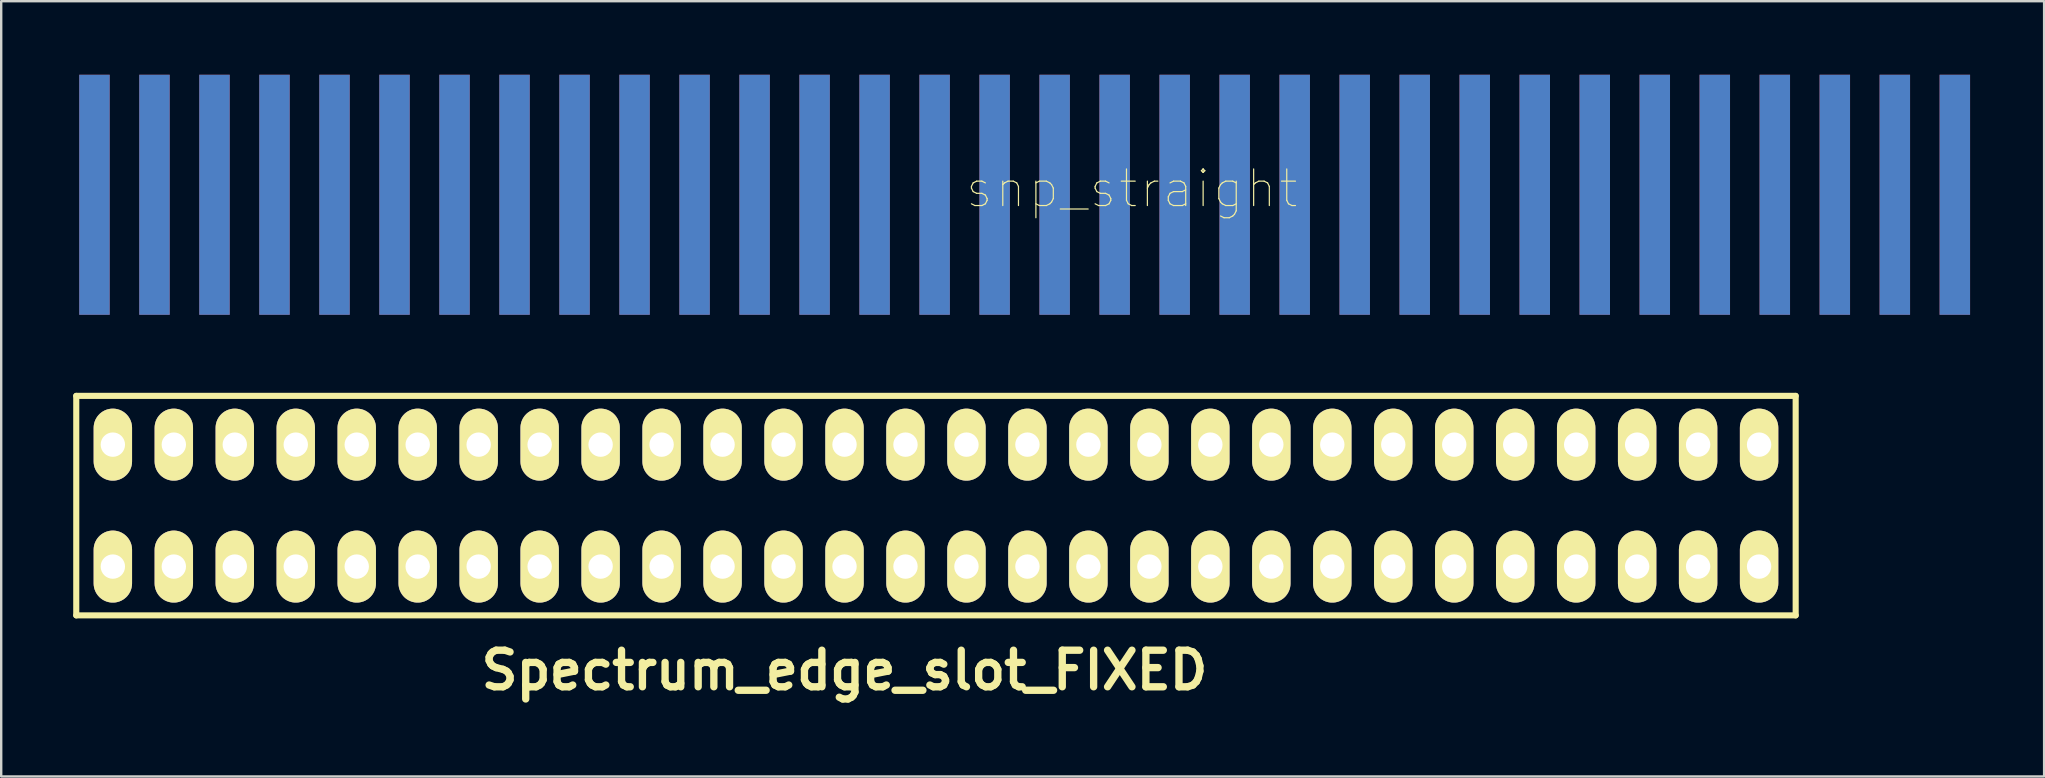
<source format=kicad_pcb>
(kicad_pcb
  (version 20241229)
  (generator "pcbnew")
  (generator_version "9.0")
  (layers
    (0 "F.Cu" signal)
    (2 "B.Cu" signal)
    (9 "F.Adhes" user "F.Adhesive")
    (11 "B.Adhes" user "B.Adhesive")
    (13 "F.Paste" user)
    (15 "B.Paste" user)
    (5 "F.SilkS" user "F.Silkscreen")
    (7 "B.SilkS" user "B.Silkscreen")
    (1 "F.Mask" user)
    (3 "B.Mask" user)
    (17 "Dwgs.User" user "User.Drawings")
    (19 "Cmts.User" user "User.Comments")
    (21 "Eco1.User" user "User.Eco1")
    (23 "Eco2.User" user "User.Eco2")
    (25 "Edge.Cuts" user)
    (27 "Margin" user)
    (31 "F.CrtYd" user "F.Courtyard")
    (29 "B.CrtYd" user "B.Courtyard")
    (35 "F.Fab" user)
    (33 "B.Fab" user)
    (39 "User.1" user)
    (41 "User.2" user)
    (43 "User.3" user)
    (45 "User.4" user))
  (footprint "snp_straight"
    (layer "F.Cu")
    (at 0.25 10.064)
    (property "Reference" "snp_straight" (at 43.845 -5.254 0) (layer "F.SilkS") (effects (font (size 1.524 1.524) (thickness 0.05))))
    (attr smd)
    (fp_rect (start -0.005 -10.004) (end 1.295 -0.004) (stroke (width 0.12) (type solid)) (fill yes) (layer "F.Mask"))
    (fp_rect (start 2.495 -10.004) (end 3.795 -0.004) (stroke (width 0.12) (type solid)) (fill yes) (layer "F.Mask"))
    (fp_rect (start 4.995 -10.004) (end 6.295 -0.004) (stroke (width 0.12) (type solid)) (fill yes) (layer "F.Mask"))
    (fp_rect (start 7.495 -10.004) (end 8.795 -0.004) (stroke (width 0.12) (type solid)) (fill yes) (layer "F.Mask"))
    (fp_rect (start 9.995 -10.004) (end 11.295 -0.004) (stroke (width 0.12) (type solid)) (fill yes) (layer "F.Mask"))
    (fp_rect (start 12.495 -10.004) (end 13.795 -0.004) (stroke (width 0.12) (type solid)) (fill yes) (layer "F.Mask"))
    (fp_rect (start 14.995 -10.004) (end 16.295 -0.004) (stroke (width 0.12) (type solid)) (fill yes) (layer "F.Mask"))
    (fp_rect (start 17.495 -10.004) (end 18.795 -0.004) (stroke (width 0.12) (type solid)) (fill yes) (layer "F.Mask"))
    (fp_rect (start 19.995 -10.004) (end 21.295 -0.004) (stroke (width 0.12) (type solid)) (fill yes) (layer "F.Mask"))
    (fp_rect (start 22.495 -10.004) (end 23.795 -0.004) (stroke (width 0.12) (type solid)) (fill yes) (layer "F.Mask"))
    (fp_rect (start 24.995 -10.004) (end 26.295 -0.004) (stroke (width 0.12) (type solid)) (fill yes) (layer "F.Mask"))
    (fp_rect (start 27.495 -10.004) (end 28.795 -0.004) (stroke (width 0.12) (type solid)) (fill yes) (layer "F.Mask"))
    (fp_rect (start 29.995 -10.004) (end 31.295 -0.004) (stroke (width 0.12) (type solid)) (fill yes) (layer "F.Mask"))
    (fp_rect (start 32.495 -10.004) (end 33.795 -0.004) (stroke (width 0.12) (type solid)) (fill yes) (layer "F.Mask"))
    (fp_rect (start 34.995 -10.004) (end 36.295 -0.004) (stroke (width 0.12) (type solid)) (fill yes) (layer "F.Mask"))
    (fp_rect (start 37.495 -10.004) (end 38.795 -0.004) (stroke (width 0.12) (type solid)) (fill yes) (layer "F.Mask"))
    (fp_rect (start 39.995 -10.004) (end 41.295 -0.004) (stroke (width 0.12) (type solid)) (fill yes) (layer "F.Mask"))
    (fp_rect (start 42.495 -10.004) (end 43.795 -0.004) (stroke (width 0.12) (type solid)) (fill yes) (layer "F.Mask"))
    (fp_rect (start 44.995 -10.004) (end 46.295 -0.004) (stroke (width 0.12) (type solid)) (fill yes) (layer "F.Mask"))
    (fp_rect (start 47.495 -10.004) (end 48.795 -0.004) (stroke (width 0.12) (type solid)) (fill yes) (layer "F.Mask"))
    (fp_rect (start 49.995 -10.004) (end 51.295 -0.004) (stroke (width 0.12) (type solid)) (fill yes) (layer "F.Mask"))
    (fp_rect (start 52.495 -10.004) (end 53.795 -0.004) (stroke (width 0.12) (type solid)) (fill yes) (layer "F.Mask"))
    (fp_rect (start 54.995 -10.004) (end 56.295 -0.004) (stroke (width 0.12) (type solid)) (fill yes) (layer "F.Mask"))
    (fp_rect (start 57.495 -10.004) (end 58.795 -0.004) (stroke (width 0.12) (type solid)) (fill yes) (layer "F.Mask"))
    (fp_rect (start 59.995 -10.004) (end 61.295 -0.004) (stroke (width 0.12) (type solid)) (fill yes) (layer "F.Mask"))
    (fp_rect (start 62.495 -10.004) (end 63.795 -0.004) (stroke (width 0.12) (type solid)) (fill yes) (layer "F.Mask"))
    (fp_rect (start 64.995 -10.004) (end 66.295 -0.004) (stroke (width 0.12) (type solid)) (fill yes) (layer "F.Mask"))
    (fp_rect (start 67.495 -10.004) (end 68.795 -0.004) (stroke (width 0.12) (type solid)) (fill yes) (layer "F.Mask"))
    (fp_rect (start 69.995 -10.004) (end 71.295 -0.004) (stroke (width 0.12) (type solid)) (fill yes) (layer "F.Mask"))
    (fp_rect (start 72.495 -10.004) (end 73.795 -0.004) (stroke (width 0.12) (type solid)) (fill yes) (layer "F.Mask"))
    (fp_rect (start 74.995 -10.004) (end 76.295 -0.004) (stroke (width 0.12) (type solid)) (fill yes) (layer "F.Mask"))
    (fp_rect (start 77.495 -10.004) (end 78.795 -0.004) (stroke (width 0.12) (type solid)) (fill yes) (layer "F.Mask"))
    (fp_rect (start -0.005 -10.004) (end 1.295 -0.004) (stroke (width 0.12) (type solid)) (fill yes) (layer "B.Mask"))
    (fp_rect (start 2.495 -10.004) (end 3.795 -0.004) (stroke (width 0.12) (type solid)) (fill yes) (layer "B.Mask"))
    (fp_rect (start 4.995 -10.004) (end 6.295 -0.004) (stroke (width 0.12) (type solid)) (fill yes) (layer "B.Mask"))
    (fp_rect (start 7.495 -10.004) (end 8.795 -0.004) (stroke (width 0.12) (type solid)) (fill yes) (layer "B.Mask"))
    (fp_rect (start 9.995 -10.004) (end 11.295 -0.004) (stroke (width 0.12) (type solid)) (fill yes) (layer "B.Mask"))
    (fp_rect (start 12.495 -10.004) (end 13.795 -0.004) (stroke (width 0.12) (type solid)) (fill yes) (layer "B.Mask"))
    (fp_rect (start 14.995 -10.004) (end 16.295 -0.004) (stroke (width 0.12) (type solid)) (fill yes) (layer "B.Mask"))
    (fp_rect (start 17.495 -10.004) (end 18.795 -0.004) (stroke (width 0.12) (type solid)) (fill yes) (layer "B.Mask"))
    (fp_rect (start 19.995 -10.004) (end 21.295 -0.004) (stroke (width 0.12) (type solid)) (fill yes) (layer "B.Mask"))
    (fp_rect (start 22.495 -10.004) (end 23.795 -0.004) (stroke (width 0.12) (type solid)) (fill yes) (layer "B.Mask"))
    (fp_rect (start 24.995 -10.004) (end 26.295 -0.004) (stroke (width 0.12) (type solid)) (fill yes) (layer "B.Mask"))
    (fp_rect (start 27.495 -10.004) (end 28.795 -0.004) (stroke (width 0.12) (type solid)) (fill yes) (layer "B.Mask"))
    (fp_rect (start 29.995 -10.004) (end 31.295 -0.004) (stroke (width 0.12) (type solid)) (fill yes) (layer "B.Mask"))
    (fp_rect (start 32.495 -10.004) (end 33.795 -0.004) (stroke (width 0.12) (type solid)) (fill yes) (layer "B.Mask"))
    (fp_rect (start 34.995 -10.004) (end 36.295 -0.004) (stroke (width 0.12) (type solid)) (fill yes) (layer "B.Mask"))
    (fp_rect (start 37.495 -10.004) (end 38.795 -0.004) (stroke (width 0.12) (type solid)) (fill yes) (layer "B.Mask"))
    (fp_rect (start 39.995 -10.004) (end 41.295 -0.004) (stroke (width 0.12) (type solid)) (fill yes) (layer "B.Mask"))
    (fp_rect (start 42.495 -10.004) (end 43.795 -0.004) (stroke (width 0.12) (type solid)) (fill yes) (layer "B.Mask"))
    (fp_rect (start 44.995 -10.004) (end 46.295 -0.004) (stroke (width 0.12) (type solid)) (fill yes) (layer "B.Mask"))
    (fp_rect (start 47.495 -10.004) (end 48.795 -0.004) (stroke (width 0.12) (type solid)) (fill yes) (layer "B.Mask"))
    (fp_rect (start 49.995 -10.004) (end 51.295 -0.004) (stroke (width 0.12) (type solid)) (fill yes) (layer "B.Mask"))
    (fp_rect (start 52.495 -10.004) (end 53.795 -0.004) (stroke (width 0.12) (type solid)) (fill yes) (layer "B.Mask"))
    (fp_rect (start 54.995 -10.004) (end 56.295 -0.004) (stroke (width 0.12) (type solid)) (fill yes) (layer "B.Mask"))
    (fp_rect (start 57.495 -10.004) (end 58.795 -0.004) (stroke (width 0.12) (type solid)) (fill yes) (layer "B.Mask"))
    (fp_rect (start 59.995 -10.004) (end 61.295 -0.004) (stroke (width 0.12) (type solid)) (fill yes) (layer "B.Mask"))
    (fp_rect (start 62.495 -10.004) (end 63.795 -0.004) (stroke (width 0.12) (type solid)) (fill yes) (layer "B.Mask"))
    (fp_rect (start 64.995 -10.004) (end 66.295 -0.004) (stroke (width 0.12) (type solid)) (fill yes) (layer "B.Mask"))
    (fp_rect (start 67.495 -10.004) (end 68.795 -0.004) (stroke (width 0.12) (type solid)) (fill yes) (layer "B.Mask"))
    (fp_rect (start 69.995 -10.004) (end 71.295 -0.004) (stroke (width 0.12) (type solid)) (fill yes) (layer "B.Mask"))
    (fp_rect (start 72.495 -10.004) (end 73.795 -0.004) (stroke (width 0.12) (type solid)) (fill yes) (layer "B.Mask"))
    (fp_rect (start 74.995 -10.004) (end 76.295 -0.004) (stroke (width 0.12) (type solid)) (fill yes) (layer "B.Mask"))
    (fp_rect (start 77.495 -10.004) (end 78.795 -0.004) (stroke (width 0.12) (type solid)) (fill yes) (layer "B.Mask"))
    (pad "1" smd rect (at 78.135 -5 180) (size 1.27 10) (layers "F.Cu"))
    (pad "2" smd rect (at 75.635 -5 180) (size 1.27 10) (layers "F.Cu"))
    (pad "3" smd rect (at 73.135 -5 180) (size 1.27 10) (layers "F.Cu"))
    (pad "4" smd rect (at 70.635 -5 180) (size 1.27 10) (layers "F.Cu"))
    (pad "5" smd rect (at 68.135 -5 180) (size 1.27 10) (layers "F.Cu"))
    (pad "6" smd rect (at 65.635 -5 180) (size 1.27 10) (layers "F.Cu"))
    (pad "7" smd rect (at 63.135 -5 180) (size 1.27 10) (layers "F.Cu"))
    (pad "8" smd rect (at 60.635 -5 180) (size 1.27 10) (layers "F.Cu"))
    (pad "9" smd rect (at 58.135 -5 180) (size 1.27 10) (layers "F.Cu"))
    (pad "10" smd rect (at 55.635 -5 180) (size 1.27 10) (layers "F.Cu"))
    (pad "11" smd rect (at 53.135 -5 180) (size 1.27 10) (layers "F.Cu"))
    (pad "12" smd rect (at 50.635 -5 180) (size 1.27 10) (layers "F.Cu"))
    (pad "13" smd rect (at 48.135 -5 180) (size 1.27 10) (layers "F.Cu"))
    (pad "14" smd rect (at 45.635 -5 180) (size 1.27 10) (layers "F.Cu"))
    (pad "15" smd rect (at 43.135 -5 180) (size 1.27 10) (layers "F.Cu"))
    (pad "16" smd rect (at 40.635 -5 180) (size 1.27 10) (layers "F.Cu"))
    (pad "17" smd rect (at 38.135 -5 180) (size 1.27 10) (layers "F.Cu"))
    (pad "18" smd rect (at 35.635 -5 180) (size 1.27 10) (layers "F.Cu"))
    (pad "19" smd rect (at 33.135 -5 180) (size 1.27 10) (layers "F.Cu"))
    (pad "20" smd rect (at 30.635 -5 180) (size 1.27 10) (layers "F.Cu"))
    (pad "21" smd rect (at 28.135 -5 180) (size 1.27 10) (layers "F.Cu"))
    (pad "22" smd rect (at 25.635 -5 180) (size 1.27 10) (layers "F.Cu"))
    (pad "23" smd rect (at 23.135 -5 180) (size 1.27 10) (layers "F.Cu"))
    (pad "24" smd rect (at 20.635 -5 180) (size 1.27 10) (layers "F.Cu"))
    (pad "25" smd rect (at 18.135 -5 180) (size 1.27 10) (layers "F.Cu"))
    (pad "26" smd rect (at 15.635 -5 180) (size 1.27 10) (layers "F.Cu"))
    (pad "27" smd rect (at 13.135 -5 180) (size 1.27 10) (layers "F.Cu"))
    (pad "28" smd rect (at 10.635 -5 180) (size 1.27 10) (layers "F.Cu"))
    (pad "29" smd rect (at 8.135 -5 180) (size 1.27 10) (layers "F.Cu"))
    (pad "30" smd rect (at 5.635 -5 180) (size 1.27 10) (layers "F.Cu"))
    (pad "31" smd rect (at 3.135 -5 180) (size 1.27 10) (layers "F.Cu"))
    (pad "32" smd rect (at 0.635 -5 180) (size 1.27 10) (layers "F.Cu"))
    (pad "33" smd rect (at 78.135 -5 180) (size 1.27 10) (layers "B.Cu"))
    (pad "34" smd rect (at 75.635 -5 180) (size 1.27 10) (layers "B.Cu"))
    (pad "35" smd rect (at 73.135 -5 180) (size 1.27 10) (layers "B.Cu"))
    (pad "36" smd rect (at 70.635 -5 180) (size 1.27 10) (layers "B.Cu"))
    (pad "37" smd rect (at 68.135 -5 180) (size 1.27 10) (layers "B.Cu"))
    (pad "38" smd rect (at 65.635 -5 180) (size 1.27 10) (layers "B.Cu"))
    (pad "39" smd rect (at 63.135 -5 180) (size 1.27 10) (layers "B.Cu"))
    (pad "40" smd rect (at 60.635 -5 180) (size 1.27 10) (layers "B.Cu"))
    (pad "41" smd rect (at 58.135 -5 180) (size 1.27 10) (layers "B.Cu"))
    (pad "42" smd rect (at 55.635 -5 180) (size 1.27 10) (layers "B.Cu"))
    (pad "43" smd rect (at 53.135 -5 180) (size 1.27 10) (layers "B.Cu"))
    (pad "44" smd rect (at 50.635 -5 180) (size 1.27 10) (layers "B.Cu"))
    (pad "45" smd rect (at 48.135 -5 180) (size 1.27 10) (layers "B.Cu"))
    (pad "46" smd rect (at 45.635 -5 180) (size 1.27 10) (layers "B.Cu"))
    (pad "47" smd rect (at 43.135 -5 180) (size 1.27 10) (layers "B.Cu"))
    (pad "48" smd rect (at 40.635 -5 180) (size 1.27 10) (layers "B.Cu"))
    (pad "49" smd rect (at 38.135 -5 180) (size 1.27 10) (layers "B.Cu"))
    (pad "50" smd rect (at 35.635 -5 180) (size 1.27 10) (layers "B.Cu"))
    (pad "51" smd rect (at 33.135 -5 180) (size 1.27 10) (layers "B.Cu"))
    (pad "52" smd rect (at 30.635 -5 180) (size 1.27 10) (layers "B.Cu"))
    (pad "53" smd rect (at 28.135 -5 180) (size 1.27 10) (layers "B.Cu"))
    (pad "54" smd rect (at 25.635 -5 180) (size 1.27 10) (layers "B.Cu"))
    (pad "55" smd rect (at 23.135 -5 180) (size 1.27 10) (layers "B.Cu"))
    (pad "56" smd rect (at 20.635 -5 180) (size 1.27 10) (layers "B.Cu"))
    (pad "57" smd rect (at 18.135 -5 180) (size 1.27 10) (layers "B.Cu"))
    (pad "58" smd rect (at 15.635 -5 180) (size 1.27 10) (layers "B.Cu"))
    (pad "59" smd rect (at 13.135 -5 180) (size 1.27 10) (layers "B.Cu"))
    (pad "60" smd rect (at 10.635 -5 180) (size 1.27 10) (layers "B.Cu"))
    (pad "61" smd rect (at 8.135 -5 180) (size 1.27 10) (layers "B.Cu"))
    (pad "62" smd rect (at 5.635 -5 180) (size 1.27 10) (layers "B.Cu"))
    (pad "63" smd rect (at 3.135 -5 180) (size 1.27 10) (layers "B.Cu"))
    (pad "64" smd rect (at 0.635 -5 180) (size 1.27 10) (layers "B.Cu")))
  (footprint "Spectrum_edge_slot_FIXED"
    (layer "F.Cu")
    (at 32.131 18.013)
    (property "Reference" "Spectrum_edge_slot_FIXED" (at 0 6.858 0) (layer "F.SilkS") (effects (font (size 1.524 1.524) (thickness 0.305))))
    (attr through_hole)
    (fp_line (start -32.004 -4.572) (end 39.624 -4.572) (stroke (width 0.254) (type solid)) (layer "F.SilkS"))
    (fp_line (start -32.004 4.572) (end -32.004 -4.572) (stroke (width 0.254) (type solid)) (layer "F.SilkS"))
    (fp_line (start 39.624 -4.572) (end 39.624 4.572) (stroke (width 0.254) (type solid)) (layer "F.SilkS"))
    (fp_line (start 39.624 4.572) (end -32.004 4.572) (stroke (width 0.254) (type solid)) (layer "F.SilkS"))
    (pad "1" thru_hole oval (at 38.1 2.54 180) (size 1.6 3) (drill 1.016) (layers "*.Cu" "*.Mask" "F.SilkS"))
    (pad "2" thru_hole oval (at 35.56 2.54 180) (size 1.6 3) (drill 1.016) (layers "*.Cu" "*.Mask" "F.SilkS"))
    (pad "3" thru_hole oval (at 33.02 2.54 180) (size 1.6 3) (drill 1.016) (layers "*.Cu" "*.Mask" "F.SilkS"))
    (pad "4" thru_hole oval (at 30.48 2.54 180) (size 1.6 3) (drill 1.016) (layers "*.Cu" "*.Mask" "F.SilkS"))
    (pad "5" thru_hole oval (at 27.94 2.54 180) (size 1.6 3) (drill 1.016) (layers "*.Cu" "*.Mask" "F.SilkS"))
    (pad "6" thru_hole oval (at 25.4 2.54 180) (size 1.6 3) (drill 1.016) (layers "*.Cu" "*.Mask" "F.SilkS"))
    (pad "7" thru_hole oval (at 22.86 2.54 180) (size 1.6 3) (drill 1.016) (layers "*.Cu" "*.Mask" "F.SilkS"))
    (pad "8" thru_hole oval (at 20.32 2.54 180) (size 1.6 3) (drill 1.016) (layers "*.Cu" "*.Mask" "F.SilkS"))
    (pad "9" thru_hole oval (at 17.78 2.54 180) (size 1.6 3) (drill 1.016) (layers "*.Cu" "*.Mask" "F.SilkS"))
    (pad "10" thru_hole oval (at 15.24 2.54 180) (size 1.6 3) (drill 1.016) (layers "*.Cu" "*.Mask" "F.SilkS"))
    (pad "11" thru_hole oval (at 12.7 2.54 180) (size 1.6 3) (drill 1.016) (layers "*.Cu" "*.Mask" "F.SilkS"))
    (pad "12" thru_hole oval (at 10.16 2.54 180) (size 1.6 3) (drill 1.016) (layers "*.Cu" "*.Mask" "F.SilkS"))
    (pad "13" thru_hole oval (at 7.62 2.54 180) (size 1.6 3) (drill 1.016) (layers "*.Cu" "*.Mask" "F.SilkS"))
    (pad "14" thru_hole oval (at 5.08 2.54 180) (size 1.6 3) (drill 1.016) (layers "*.Cu" "*.Mask" "F.SilkS"))
    (pad "15" thru_hole oval (at 2.54 2.54 180) (size 1.6 3) (drill 1.016) (layers "*.Cu" "*.Mask" "F.SilkS"))
    (pad "16" thru_hole oval (at 0 2.54 180) (size 1.6 3) (drill 1.016) (layers "*.Cu" "*.Mask" "F.SilkS"))
    (pad "17" thru_hole oval (at -2.54 2.54 180) (size 1.6 3) (drill 1.016) (layers "*.Cu" "*.Mask" "F.SilkS"))
    (pad "18" thru_hole oval (at -5.08 2.54 180) (size 1.6 3) (drill 1.016) (layers "*.Cu" "*.Mask" "F.SilkS"))
    (pad "19" thru_hole oval (at -7.62 2.54 180) (size 1.6 3) (drill 1.016) (layers "*.Cu" "*.Mask" "F.SilkS"))
    (pad "20" thru_hole oval (at -10.16 2.54 180) (size 1.6 3) (drill 1.016) (layers "*.Cu" "*.Mask" "F.SilkS"))
    (pad "21" thru_hole oval (at -12.7 2.54 180) (size 1.6 3) (drill 1.016) (layers "*.Cu" "*.Mask" "F.SilkS"))
    (pad "22" thru_hole oval (at -15.24 2.54 180) (size 1.6 3) (drill 1.016) (layers "*.Cu" "*.Mask" "F.SilkS"))
    (pad "23" thru_hole oval (at -17.78 2.54 180) (size 1.6 3) (drill 1.016) (layers "*.Cu" "*.Mask" "F.SilkS"))
    (pad "24" thru_hole oval (at -20.32 2.54 180) (size 1.6 3) (drill 1.016) (layers "*.Cu" "*.Mask" "F.SilkS"))
    (pad "25" thru_hole oval (at -22.86 2.54 180) (size 1.6 3) (drill 1.016) (layers "*.Cu" "*.Mask" "F.SilkS"))
    (pad "26" thru_hole oval (at -25.4 2.54 180) (size 1.6 3) (drill 1.016) (layers "*.Cu" "*.Mask" "F.SilkS"))
    (pad "27" thru_hole oval (at -27.94 2.54 180) (size 1.6 3) (drill 1.016) (layers "*.Cu" "*.Mask" "F.SilkS"))
    (pad "28" thru_hole oval (at -30.48 2.54 180) (size 1.6 3) (drill 1.016) (layers "*.Cu" "*.Mask" "F.SilkS"))
    (pad "29" thru_hole oval (at 38.1 -2.54 180) (size 1.6 3) (drill 1.016) (layers "*.Cu" "*.Mask" "F.SilkS"))
    (pad "30" thru_hole oval (at 35.56 -2.54 180) (size 1.6 3) (drill 1.016) (layers "*.Cu" "*.Mask" "F.SilkS"))
    (pad "31" thru_hole oval (at 33.02 -2.54 180) (size 1.6 3) (drill 1.016) (layers "*.Cu" "*.Mask" "F.SilkS"))
    (pad "32" thru_hole oval (at 30.48 -2.54 180) (size 1.6 3) (drill 1.016) (layers "*.Cu" "*.Mask" "F.SilkS"))
    (pad "33" thru_hole oval (at 27.94 -2.54 180) (size 1.6 3) (drill 1.016) (layers "*.Cu" "*.Mask" "F.SilkS"))
    (pad "34" thru_hole oval (at 25.4 -2.54 180) (size 1.6 3) (drill 1.016) (layers "*.Cu" "*.Mask" "F.SilkS"))
    (pad "35" thru_hole oval (at 22.86 -2.54 180) (size 1.6 3) (drill 1.016) (layers "*.Cu" "*.Mask" "F.SilkS"))
    (pad "36" thru_hole oval (at 20.32 -2.54 180) (size 1.6 3) (drill 1.016) (layers "*.Cu" "*.Mask" "F.SilkS"))
    (pad "37" thru_hole oval (at 17.78 -2.54 180) (size 1.6 3) (drill 1.016) (layers "*.Cu" "*.Mask" "F.SilkS"))
    (pad "38" thru_hole oval (at 15.24 -2.54 180) (size 1.6 3) (drill 1.016) (layers "*.Cu" "*.Mask" "F.SilkS"))
    (pad "39" thru_hole oval (at 12.7 -2.54 180) (size 1.6 3) (drill 1.016) (layers "*.Cu" "*.Mask" "F.SilkS"))
    (pad "40" thru_hole oval (at 10.16 -2.54 180) (size 1.6 3) (drill 1.016) (layers "*.Cu" "*.Mask" "F.SilkS"))
    (pad "41" thru_hole oval (at 7.62 -2.54 180) (size 1.6 3) (drill 1.016) (layers "*.Cu" "*.Mask" "F.SilkS"))
    (pad "42" thru_hole oval (at 5.08 -2.54 180) (size 1.6 3) (drill 1.016) (layers "*.Cu" "*.Mask" "F.SilkS"))
    (pad "43" thru_hole oval (at 2.54 -2.54 180) (size 1.6 3) (drill 1.016) (layers "*.Cu" "*.Mask" "F.SilkS"))
    (pad "44" thru_hole oval (at 0 -2.54 180) (size 1.6 3) (drill 1.016) (layers "*.Cu" "*.Mask" "F.SilkS"))
    (pad "45" thru_hole oval (at -2.54 -2.54 180) (size 1.6 3) (drill 1.016) (layers "*.Cu" "*.Mask" "F.SilkS"))
    (pad "46" thru_hole oval (at -5.08 -2.54 180) (size 1.6 3) (drill 1.016) (layers "*.Cu" "*.Mask" "F.SilkS"))
    (pad "47" thru_hole oval (at -7.62 -2.54 180) (size 1.6 3) (drill 1.016) (layers "*.Cu" "*.Mask" "F.SilkS"))
    (pad "48" thru_hole oval (at -10.16 -2.54 180) (size 1.6 3) (drill 1.016) (layers "*.Cu" "*.Mask" "F.SilkS"))
    (pad "49" thru_hole oval (at -12.7 -2.54 180) (size 1.6 3) (drill 1.016) (layers "*.Cu" "*.Mask" "F.SilkS"))
    (pad "50" thru_hole oval (at -15.24 -2.54 180) (size 1.6 3) (drill 1.016) (layers "*.Cu" "*.Mask" "F.SilkS"))
    (pad "51" thru_hole oval (at -17.78 -2.54 180) (size 1.6 3) (drill 1.016) (layers "*.Cu" "*.Mask" "F.SilkS"))
    (pad "52" thru_hole oval (at -20.32 -2.54 180) (size 1.6 3) (drill 1.016) (layers "*.Cu" "*.Mask" "F.SilkS"))
    (pad "53" thru_hole oval (at -22.86 -2.54 180) (size 1.6 3) (drill 1.016) (layers "*.Cu" "*.Mask" "F.SilkS"))
    (pad "54" thru_hole oval (at -25.4 -2.54 180) (size 1.6 3) (drill 1.016) (layers "*.Cu" "*.Mask" "F.SilkS"))
    (pad "55" thru_hole oval (at -27.94 -2.54 180) (size 1.6 3) (drill 1.016) (layers "*.Cu" "*.Mask" "F.SilkS"))
    (pad "56" thru_hole oval (at -30.48 -2.54 180) (size 1.6 3) (drill 1.016) (layers "*.Cu" "*.Mask" "F.SilkS")))
  (gr_rect
    (start -3 -3)
    (end 82.105 29.297)
    (stroke (width 0.1) (type default))
    (fill no)
    (layer "Edge.Cuts")))
</source>
